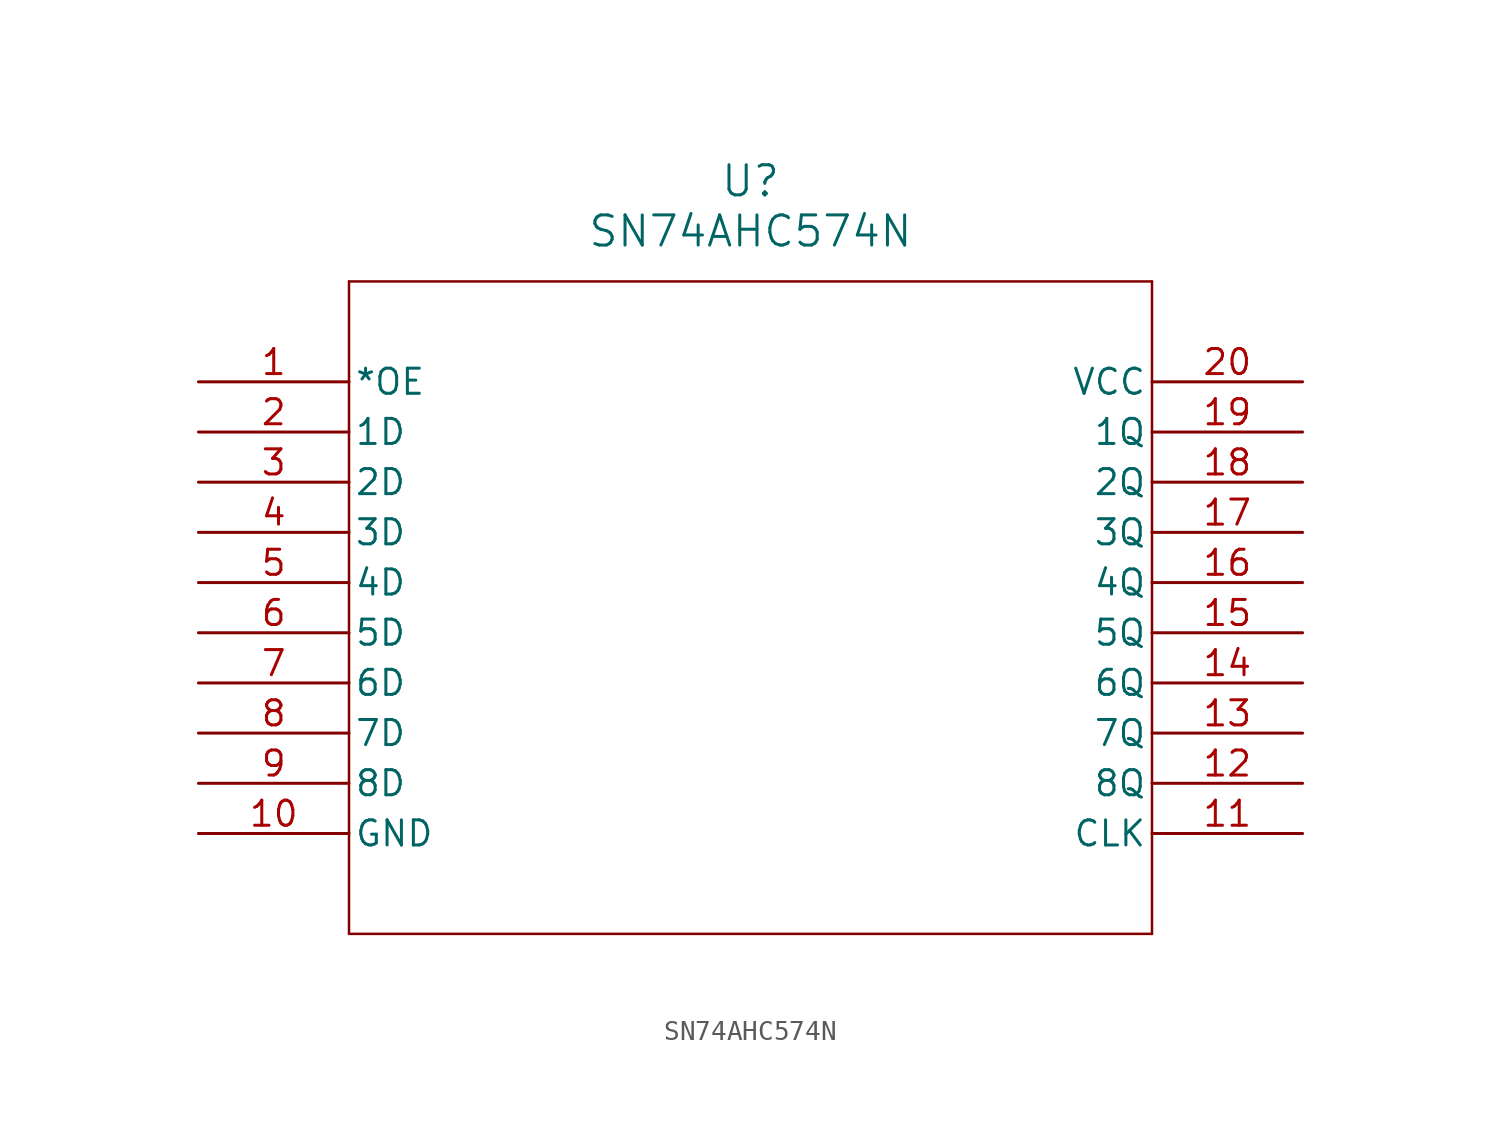
<source format=kicad_sym>
(kicad_symbol_lib
  (version 20211014)
  (generator kicad_symbol_editor)
  (symbol "SN74AHC574N"
    (pin_names
      (offset 0.254))
    (property "Reference" "U"
      (at 27.94 10.16 0)
      (effects (font (size 1.524 1.524))))
    (property "Value" "SN74AHC574N"
      (at 27.94 7.62 0)
      (effects (font (size 1.524 1.524))))
    (symbol "SN74AHC574N_0_1"
      (polyline (pts (xy 7.62 5.08) (xy 7.62 -27.94)) (stroke (width 0.127) (type default) (color 0 0 0 0)) (fill (type none)))
      (polyline (pts (xy 7.62 -27.94) (xy 48.26 -27.94)) (stroke (width 0.127) (type default) (color 0 0 0 0)) (fill (type none)))
      (polyline (pts (xy 48.26 -27.94) (xy 48.26 5.08)) (stroke (width 0.127) (type default) (color 0 0 0 0)) (fill (type none)))
      (polyline (pts (xy 48.26 5.08) (xy 7.62 5.08)) (stroke (width 0.127) (type default) (color 0 0 0 0)) (fill (type none)))
      (pin input line (at 0 0 0) (length 7.62) (name "*OE" (effects (font (size 1.27 1.27)))) (number "1" (effects (font (size 1.27 1.27)))))
      (pin input line (at 0 -2.54 0) (length 7.62) (name "1D" (effects (font (size 1.27 1.27)))) (number "2" (effects (font (size 1.27 1.27)))))
      (pin input line (at 0 -5.08 0) (length 7.62) (name "2D" (effects (font (size 1.27 1.27)))) (number "3" (effects (font (size 1.27 1.27)))))
      (pin input line (at 0 -7.62 0) (length 7.62) (name "3D" (effects (font (size 1.27 1.27)))) (number "4" (effects (font (size 1.27 1.27)))))
      (pin input line (at 0 -10.16 0) (length 7.62) (name "4D" (effects (font (size 1.27 1.27)))) (number "5" (effects (font (size 1.27 1.27)))))
      (pin input line (at 0 -12.7 0) (length 7.62) (name "5D" (effects (font (size 1.27 1.27)))) (number "6" (effects (font (size 1.27 1.27)))))
      (pin input line (at 0 -15.24 0) (length 7.62) (name "6D" (effects (font (size 1.27 1.27)))) (number "7" (effects (font (size 1.27 1.27)))))
      (pin input line (at 0 -17.78 0) (length 7.62) (name "7D" (effects (font (size 1.27 1.27)))) (number "8" (effects (font (size 1.27 1.27)))))
      (pin input line (at 0 -20.32 0) (length 7.62) (name "8D" (effects (font (size 1.27 1.27)))) (number "9" (effects (font (size 1.27 1.27)))))
      (pin power_in line (at 0 -22.86 0) (length 7.62) (name "GND" (effects (font (size 1.27 1.27)))) (number "10" (effects (font (size 1.27 1.27)))))
      (pin input line (at 55.88 -22.86 180) (length 7.62) (name "CLK" (effects (font (size 1.27 1.27)))) (number "11" (effects (font (size 1.27 1.27)))))
      (pin output line (at 55.88 -20.32 180) (length 7.62) (name "8Q" (effects (font (size 1.27 1.27)))) (number "12" (effects (font (size 1.27 1.27)))))
      (pin output line (at 55.88 -17.78 180) (length 7.62) (name "7Q" (effects (font (size 1.27 1.27)))) (number "13" (effects (font (size 1.27 1.27)))))
      (pin output line (at 55.88 -15.24 180) (length 7.62) (name "6Q" (effects (font (size 1.27 1.27)))) (number "14" (effects (font (size 1.27 1.27)))))
      (pin output line (at 55.88 -12.7 180) (length 7.62) (name "5Q" (effects (font (size 1.27 1.27)))) (number "15" (effects (font (size 1.27 1.27)))))
      (pin output line (at 55.88 -10.16 180) (length 7.62) (name "4Q" (effects (font (size 1.27 1.27)))) (number "16" (effects (font (size 1.27 1.27)))))
      (pin output line (at 55.88 -7.62 180) (length 7.62) (name "3Q" (effects (font (size 1.27 1.27)))) (number "17" (effects (font (size 1.27 1.27)))))
      (pin output line (at 55.88 -5.08 180) (length 7.62) (name "2Q" (effects (font (size 1.27 1.27)))) (number "18" (effects (font (size 1.27 1.27)))))
      (pin output line (at 55.88 -2.54 180) (length 7.62) (name "1Q" (effects (font (size 1.27 1.27)))) (number "19" (effects (font (size 1.27 1.27)))))
      (pin power_in line (at 55.88 0 180) (length 7.62) (name "VCC" (effects (font (size 1.27 1.27)))) (number "20" (effects (font (size 1.27 1.27))))))))
</source>
